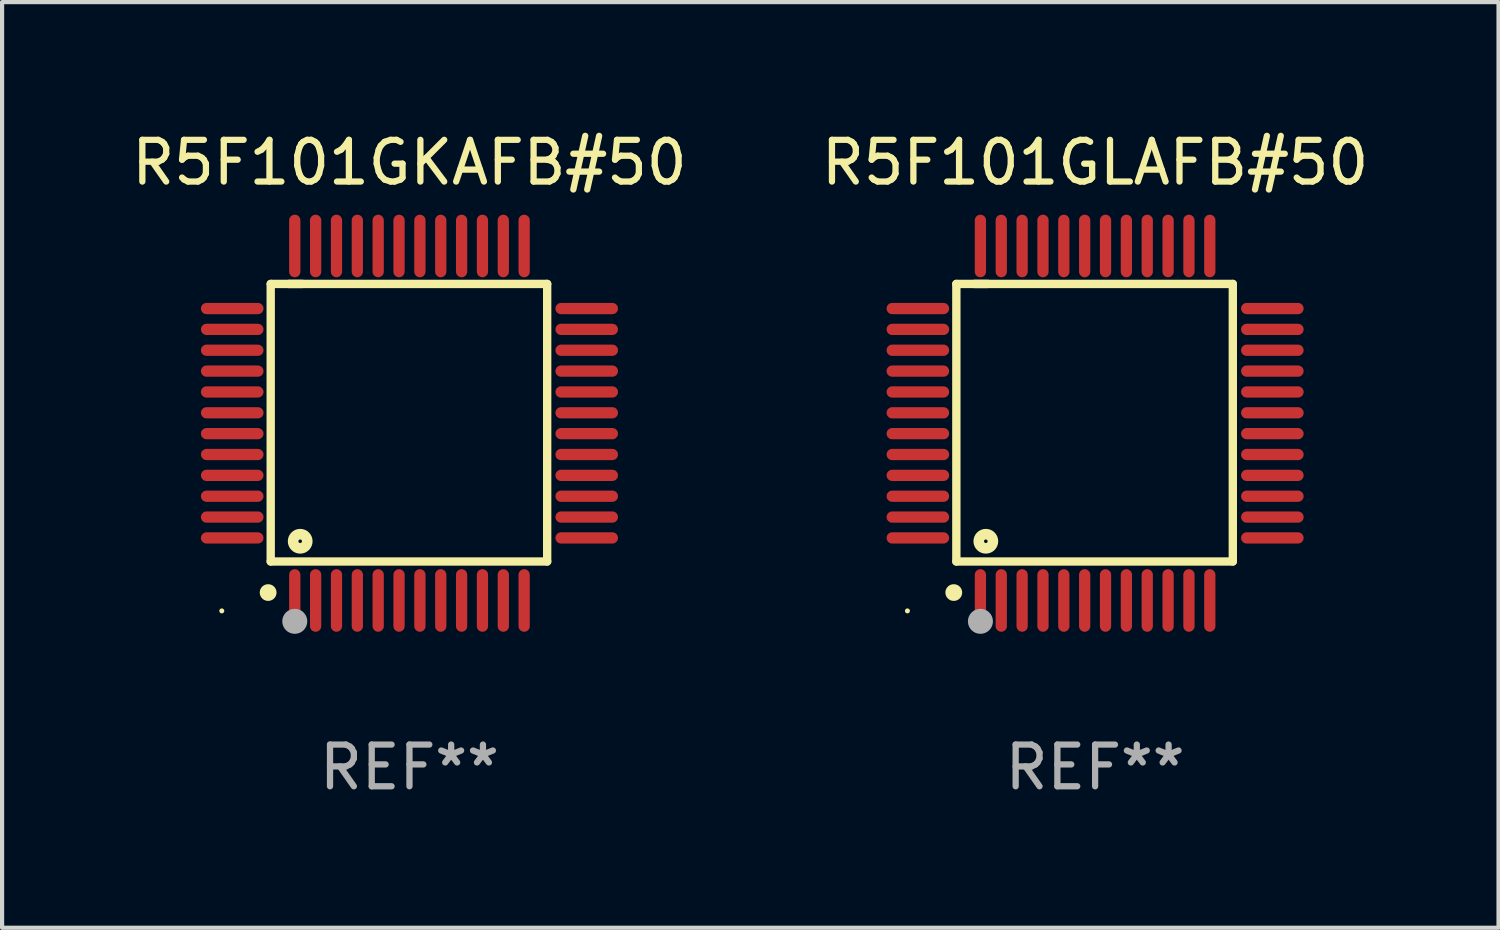
<source format=kicad_pcb>
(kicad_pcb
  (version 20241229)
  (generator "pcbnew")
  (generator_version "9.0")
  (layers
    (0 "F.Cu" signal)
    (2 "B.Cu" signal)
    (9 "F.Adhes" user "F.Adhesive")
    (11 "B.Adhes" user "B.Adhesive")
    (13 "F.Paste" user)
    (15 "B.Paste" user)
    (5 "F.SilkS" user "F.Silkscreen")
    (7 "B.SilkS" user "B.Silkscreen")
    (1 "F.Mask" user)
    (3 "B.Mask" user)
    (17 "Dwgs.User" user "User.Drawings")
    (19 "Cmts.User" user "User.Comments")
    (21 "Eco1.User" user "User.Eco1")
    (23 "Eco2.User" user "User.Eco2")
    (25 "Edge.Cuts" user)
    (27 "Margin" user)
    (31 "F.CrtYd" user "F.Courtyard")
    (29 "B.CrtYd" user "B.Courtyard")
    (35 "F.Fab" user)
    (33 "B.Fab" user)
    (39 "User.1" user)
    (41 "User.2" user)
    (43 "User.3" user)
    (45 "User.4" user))
  (footprint "R5F101GLAFB#50"
    (layer "F.Cu")
    (at 23.208 7.098)
    (property "Reference" "R5F101GLAFB#50" (at 0 -6.25 0) (layer "F.SilkS") (effects (font (size 1 1) (thickness 0.15))))
    (attr through_hole)
    (fp_line (start -3.327 -3.34) (end -2.565 -3.34) (stroke (width 0.2) (type solid)) (layer "F.SilkS"))
    (fp_line (start -3.327 3.315) (end -3.327 -3.34) (stroke (width 0.2) (type solid)) (layer "F.SilkS"))
    (fp_line (start -2.896 -3.34) (end 3.302 -3.34) (stroke (width 0.2) (type solid)) (layer "F.SilkS"))
    (fp_line (start 3.302 -3.34) (end 3.302 3.315) (stroke (width 0.2) (type solid)) (layer "F.SilkS"))
    (fp_line (start 3.302 3.315) (end -3.327 3.315) (stroke (width 0.2) (type solid)) (layer "F.SilkS"))
    (fp_arc (start -3.389992 4.059995) (mid -3.388722 4.059991) (end -3.387452 4.059995) (stroke (width 0.4) (type solid)) (layer "F.SilkS"))
    (fp_circle (center -4.5 4.5) (end -4.47 4.5) (stroke (width 0.06) (type solid)) (fill no) (layer "F.SilkS"))
    (fp_circle (center -2.62 2.83) (end -2.45 2.83) (stroke (width 0.254) (type solid)) (fill no) (layer "F.SilkS"))
    (fp_circle (center -2.75 4.75) (end -2.6 4.75) (stroke (width 0.3) (type solid)) (fill no) (layer "F.Fab"))
    (fp_text user "REF**" (at 0 8.25 0) (layer "F.Fab") (effects (font (size 1 1) (thickness 0.15))))
    (pad "1" smd oval (at -2.75 4.25) (size 0.27 1.5) (layers "F.Cu" "F.Mask" "F.Paste"))
    (pad "2" smd oval (at -2.25 4.25) (size 0.27 1.5) (layers "F.Cu" "F.Mask" "F.Paste"))
    (pad "3" smd oval (at -1.75 4.25) (size 0.27 1.5) (layers "F.Cu" "F.Mask" "F.Paste"))
    (pad "4" smd oval (at -1.25 4.25) (size 0.27 1.5) (layers "F.Cu" "F.Mask" "F.Paste"))
    (pad "5" smd oval (at -0.75 4.25) (size 0.27 1.5) (layers "F.Cu" "F.Mask" "F.Paste"))
    (pad "6" smd oval (at -0.25 4.25) (size 0.27 1.5) (layers "F.Cu" "F.Mask" "F.Paste"))
    (pad "7" smd oval (at 0.25 4.25) (size 0.27 1.5) (layers "F.Cu" "F.Mask" "F.Paste"))
    (pad "8" smd oval (at 0.75 4.25) (size 0.27 1.5) (layers "F.Cu" "F.Mask" "F.Paste"))
    (pad "9" smd oval (at 1.25 4.25) (size 0.27 1.5) (layers "F.Cu" "F.Mask" "F.Paste"))
    (pad "10" smd oval (at 1.75 4.25) (size 0.27 1.5) (layers "F.Cu" "F.Mask" "F.Paste"))
    (pad "11" smd oval (at 2.25 4.25) (size 0.27 1.5) (layers "F.Cu" "F.Mask" "F.Paste"))
    (pad "12" smd oval (at 2.75 4.25) (size 0.27 1.5) (layers "F.Cu" "F.Mask" "F.Paste"))
    (pad "13" smd oval (at 4.25 2.75) (size 1.5 0.27) (layers "F.Cu" "F.Mask" "F.Paste"))
    (pad "14" smd oval (at 4.25 2.25) (size 1.5 0.27) (layers "F.Cu" "F.Mask" "F.Paste"))
    (pad "15" smd oval (at 4.25 1.75) (size 1.5 0.27) (layers "F.Cu" "F.Mask" "F.Paste"))
    (pad "16" smd oval (at 4.25 1.25) (size 1.5 0.27) (layers "F.Cu" "F.Mask" "F.Paste"))
    (pad "17" smd oval (at 4.25 0.75) (size 1.5 0.27) (layers "F.Cu" "F.Mask" "F.Paste"))
    (pad "18" smd oval (at 4.25 0.25) (size 1.5 0.27) (layers "F.Cu" "F.Mask" "F.Paste"))
    (pad "19" smd oval (at 4.25 -0.25) (size 1.5 0.27) (layers "F.Cu" "F.Mask" "F.Paste"))
    (pad "20" smd oval (at 4.25 -0.75) (size 1.5 0.27) (layers "F.Cu" "F.Mask" "F.Paste"))
    (pad "21" smd oval (at 4.25 -1.25) (size 1.5 0.27) (layers "F.Cu" "F.Mask" "F.Paste"))
    (pad "22" smd oval (at 4.25 -1.75) (size 1.5 0.27) (layers "F.Cu" "F.Mask" "F.Paste"))
    (pad "23" smd oval (at 4.25 -2.25) (size 1.5 0.27) (layers "F.Cu" "F.Mask" "F.Paste"))
    (pad "24" smd oval (at 4.25 -2.75) (size 1.5 0.27) (layers "F.Cu" "F.Mask" "F.Paste"))
    (pad "25" smd oval (at 2.75 -4.25) (size 0.27 1.5) (layers "F.Cu" "F.Mask" "F.Paste"))
    (pad "26" smd oval (at 2.25 -4.25) (size 0.27 1.5) (layers "F.Cu" "F.Mask" "F.Paste"))
    (pad "27" smd oval (at 1.75 -4.25) (size 0.27 1.5) (layers "F.Cu" "F.Mask" "F.Paste"))
    (pad "28" smd oval (at 1.25 -4.25) (size 0.27 1.5) (layers "F.Cu" "F.Mask" "F.Paste"))
    (pad "29" smd oval (at 0.75 -4.25) (size 0.27 1.5) (layers "F.Cu" "F.Mask" "F.Paste"))
    (pad "30" smd oval (at 0.25 -4.25) (size 0.27 1.5) (layers "F.Cu" "F.Mask" "F.Paste"))
    (pad "31" smd oval (at -0.25 -4.25) (size 0.27 1.5) (layers "F.Cu" "F.Mask" "F.Paste"))
    (pad "32" smd oval (at -0.75 -4.25) (size 0.27 1.5) (layers "F.Cu" "F.Mask" "F.Paste"))
    (pad "33" smd oval (at -1.25 -4.25) (size 0.27 1.5) (layers "F.Cu" "F.Mask" "F.Paste"))
    (pad "34" smd oval (at -1.75 -4.25) (size 0.27 1.5) (layers "F.Cu" "F.Mask" "F.Paste"))
    (pad "35" smd oval (at -2.25 -4.25) (size 0.27 1.5) (layers "F.Cu" "F.Mask" "F.Paste"))
    (pad "36" smd oval (at -2.75 -4.25) (size 0.27 1.5) (layers "F.Cu" "F.Mask" "F.Paste"))
    (pad "37" smd oval (at -4.25 -2.75) (size 1.5 0.27) (layers "F.Cu" "F.Mask" "F.Paste"))
    (pad "38" smd oval (at -4.25 -2.25) (size 1.5 0.27) (layers "F.Cu" "F.Mask" "F.Paste"))
    (pad "39" smd oval (at -4.25 -1.75) (size 1.5 0.27) (layers "F.Cu" "F.Mask" "F.Paste"))
    (pad "40" smd oval (at -4.25 -1.25) (size 1.5 0.27) (layers "F.Cu" "F.Mask" "F.Paste"))
    (pad "41" smd oval (at -4.25 -0.75) (size 1.5 0.27) (layers "F.Cu" "F.Mask" "F.Paste"))
    (pad "42" smd oval (at -4.25 -0.25) (size 1.5 0.27) (layers "F.Cu" "F.Mask" "F.Paste"))
    (pad "43" smd oval (at -4.25 0.25) (size 1.5 0.27) (layers "F.Cu" "F.Mask" "F.Paste"))
    (pad "44" smd oval (at -4.25 0.75) (size 1.5 0.27) (layers "F.Cu" "F.Mask" "F.Paste"))
    (pad "45" smd oval (at -4.25 1.25) (size 1.5 0.27) (layers "F.Cu" "F.Mask" "F.Paste"))
    (pad "46" smd oval (at -4.25 1.75) (size 1.5 0.27) (layers "F.Cu" "F.Mask" "F.Paste"))
    (pad "47" smd oval (at -4.25 2.25) (size 1.5 0.27) (layers "F.Cu" "F.Mask" "F.Paste"))
    (pad "48" smd oval (at -4.25 2.75) (size 1.5 0.27) (layers "F.Cu" "F.Mask" "F.Paste")))
  (footprint "R5F101GKAFB#50"
    (layer "F.Cu")
    (at 6.768 7.098)
    (property "Reference" "R5F101GKAFB#50" (at 0 -6.25 0) (layer "F.SilkS") (effects (font (size 1 1) (thickness 0.15))))
    (attr through_hole)
    (fp_line (start -3.327 -3.34) (end -2.565 -3.34) (stroke (width 0.2) (type solid)) (layer "F.SilkS"))
    (fp_line (start -3.327 3.315) (end -3.327 -3.34) (stroke (width 0.2) (type solid)) (layer "F.SilkS"))
    (fp_line (start -2.896 -3.34) (end 3.302 -3.34) (stroke (width 0.2) (type solid)) (layer "F.SilkS"))
    (fp_line (start 3.302 -3.34) (end 3.302 3.315) (stroke (width 0.2) (type solid)) (layer "F.SilkS"))
    (fp_line (start 3.302 3.315) (end -3.327 3.315) (stroke (width 0.2) (type solid)) (layer "F.SilkS"))
    (fp_arc (start -3.389992 4.059995) (mid -3.388722 4.059991) (end -3.387452 4.059995) (stroke (width 0.4) (type solid)) (layer "F.SilkS"))
    (fp_circle (center -4.5 4.5) (end -4.47 4.5) (stroke (width 0.06) (type solid)) (fill no) (layer "F.SilkS"))
    (fp_circle (center -2.62 2.83) (end -2.45 2.83) (stroke (width 0.254) (type solid)) (fill no) (layer "F.SilkS"))
    (fp_circle (center -2.75 4.75) (end -2.6 4.75) (stroke (width 0.3) (type solid)) (fill no) (layer "F.Fab"))
    (fp_text user "REF**" (at 0 8.25 0) (layer "F.Fab") (effects (font (size 1 1) (thickness 0.15))))
    (pad "1" smd oval (at -2.75 4.25) (size 0.27 1.5) (layers "F.Cu" "F.Mask" "F.Paste"))
    (pad "2" smd oval (at -2.25 4.25) (size 0.27 1.5) (layers "F.Cu" "F.Mask" "F.Paste"))
    (pad "3" smd oval (at -1.75 4.25) (size 0.27 1.5) (layers "F.Cu" "F.Mask" "F.Paste"))
    (pad "4" smd oval (at -1.25 4.25) (size 0.27 1.5) (layers "F.Cu" "F.Mask" "F.Paste"))
    (pad "5" smd oval (at -0.75 4.25) (size 0.27 1.5) (layers "F.Cu" "F.Mask" "F.Paste"))
    (pad "6" smd oval (at -0.25 4.25) (size 0.27 1.5) (layers "F.Cu" "F.Mask" "F.Paste"))
    (pad "7" smd oval (at 0.25 4.25) (size 0.27 1.5) (layers "F.Cu" "F.Mask" "F.Paste"))
    (pad "8" smd oval (at 0.75 4.25) (size 0.27 1.5) (layers "F.Cu" "F.Mask" "F.Paste"))
    (pad "9" smd oval (at 1.25 4.25) (size 0.27 1.5) (layers "F.Cu" "F.Mask" "F.Paste"))
    (pad "10" smd oval (at 1.75 4.25) (size 0.27 1.5) (layers "F.Cu" "F.Mask" "F.Paste"))
    (pad "11" smd oval (at 2.25 4.25) (size 0.27 1.5) (layers "F.Cu" "F.Mask" "F.Paste"))
    (pad "12" smd oval (at 2.75 4.25) (size 0.27 1.5) (layers "F.Cu" "F.Mask" "F.Paste"))
    (pad "13" smd oval (at 4.25 2.75) (size 1.5 0.27) (layers "F.Cu" "F.Mask" "F.Paste"))
    (pad "14" smd oval (at 4.25 2.25) (size 1.5 0.27) (layers "F.Cu" "F.Mask" "F.Paste"))
    (pad "15" smd oval (at 4.25 1.75) (size 1.5 0.27) (layers "F.Cu" "F.Mask" "F.Paste"))
    (pad "16" smd oval (at 4.25 1.25) (size 1.5 0.27) (layers "F.Cu" "F.Mask" "F.Paste"))
    (pad "17" smd oval (at 4.25 0.75) (size 1.5 0.27) (layers "F.Cu" "F.Mask" "F.Paste"))
    (pad "18" smd oval (at 4.25 0.25) (size 1.5 0.27) (layers "F.Cu" "F.Mask" "F.Paste"))
    (pad "19" smd oval (at 4.25 -0.25) (size 1.5 0.27) (layers "F.Cu" "F.Mask" "F.Paste"))
    (pad "20" smd oval (at 4.25 -0.75) (size 1.5 0.27) (layers "F.Cu" "F.Mask" "F.Paste"))
    (pad "21" smd oval (at 4.25 -1.25) (size 1.5 0.27) (layers "F.Cu" "F.Mask" "F.Paste"))
    (pad "22" smd oval (at 4.25 -1.75) (size 1.5 0.27) (layers "F.Cu" "F.Mask" "F.Paste"))
    (pad "23" smd oval (at 4.25 -2.25) (size 1.5 0.27) (layers "F.Cu" "F.Mask" "F.Paste"))
    (pad "24" smd oval (at 4.25 -2.75) (size 1.5 0.27) (layers "F.Cu" "F.Mask" "F.Paste"))
    (pad "25" smd oval (at 2.75 -4.25) (size 0.27 1.5) (layers "F.Cu" "F.Mask" "F.Paste"))
    (pad "26" smd oval (at 2.25 -4.25) (size 0.27 1.5) (layers "F.Cu" "F.Mask" "F.Paste"))
    (pad "27" smd oval (at 1.75 -4.25) (size 0.27 1.5) (layers "F.Cu" "F.Mask" "F.Paste"))
    (pad "28" smd oval (at 1.25 -4.25) (size 0.27 1.5) (layers "F.Cu" "F.Mask" "F.Paste"))
    (pad "29" smd oval (at 0.75 -4.25) (size 0.27 1.5) (layers "F.Cu" "F.Mask" "F.Paste"))
    (pad "30" smd oval (at 0.25 -4.25) (size 0.27 1.5) (layers "F.Cu" "F.Mask" "F.Paste"))
    (pad "31" smd oval (at -0.25 -4.25) (size 0.27 1.5) (layers "F.Cu" "F.Mask" "F.Paste"))
    (pad "32" smd oval (at -0.75 -4.25) (size 0.27 1.5) (layers "F.Cu" "F.Mask" "F.Paste"))
    (pad "33" smd oval (at -1.25 -4.25) (size 0.27 1.5) (layers "F.Cu" "F.Mask" "F.Paste"))
    (pad "34" smd oval (at -1.75 -4.25) (size 0.27 1.5) (layers "F.Cu" "F.Mask" "F.Paste"))
    (pad "35" smd oval (at -2.25 -4.25) (size 0.27 1.5) (layers "F.Cu" "F.Mask" "F.Paste"))
    (pad "36" smd oval (at -2.75 -4.25) (size 0.27 1.5) (layers "F.Cu" "F.Mask" "F.Paste"))
    (pad "37" smd oval (at -4.25 -2.75) (size 1.5 0.27) (layers "F.Cu" "F.Mask" "F.Paste"))
    (pad "38" smd oval (at -4.25 -2.25) (size 1.5 0.27) (layers "F.Cu" "F.Mask" "F.Paste"))
    (pad "39" smd oval (at -4.25 -1.75) (size 1.5 0.27) (layers "F.Cu" "F.Mask" "F.Paste"))
    (pad "40" smd oval (at -4.25 -1.25) (size 1.5 0.27) (layers "F.Cu" "F.Mask" "F.Paste"))
    (pad "41" smd oval (at -4.25 -0.75) (size 1.5 0.27) (layers "F.Cu" "F.Mask" "F.Paste"))
    (pad "42" smd oval (at -4.25 -0.25) (size 1.5 0.27) (layers "F.Cu" "F.Mask" "F.Paste"))
    (pad "43" smd oval (at -4.25 0.25) (size 1.5 0.27) (layers "F.Cu" "F.Mask" "F.Paste"))
    (pad "44" smd oval (at -4.25 0.75) (size 1.5 0.27) (layers "F.Cu" "F.Mask" "F.Paste"))
    (pad "45" smd oval (at -4.25 1.25) (size 1.5 0.27) (layers "F.Cu" "F.Mask" "F.Paste"))
    (pad "46" smd oval (at -4.25 1.75) (size 1.5 0.27) (layers "F.Cu" "F.Mask" "F.Paste"))
    (pad "47" smd oval (at -4.25 2.25) (size 1.5 0.27) (layers "F.Cu" "F.Mask" "F.Paste"))
    (pad "48" smd oval (at -4.25 2.75) (size 1.5 0.27) (layers "F.Cu" "F.Mask" "F.Paste")))
  (gr_rect
    (start -3 -3)
    (end 32.881 19.196)
    (stroke (width 0.1) (type default))
    (fill no)
    (layer "Edge.Cuts")))
</source>
